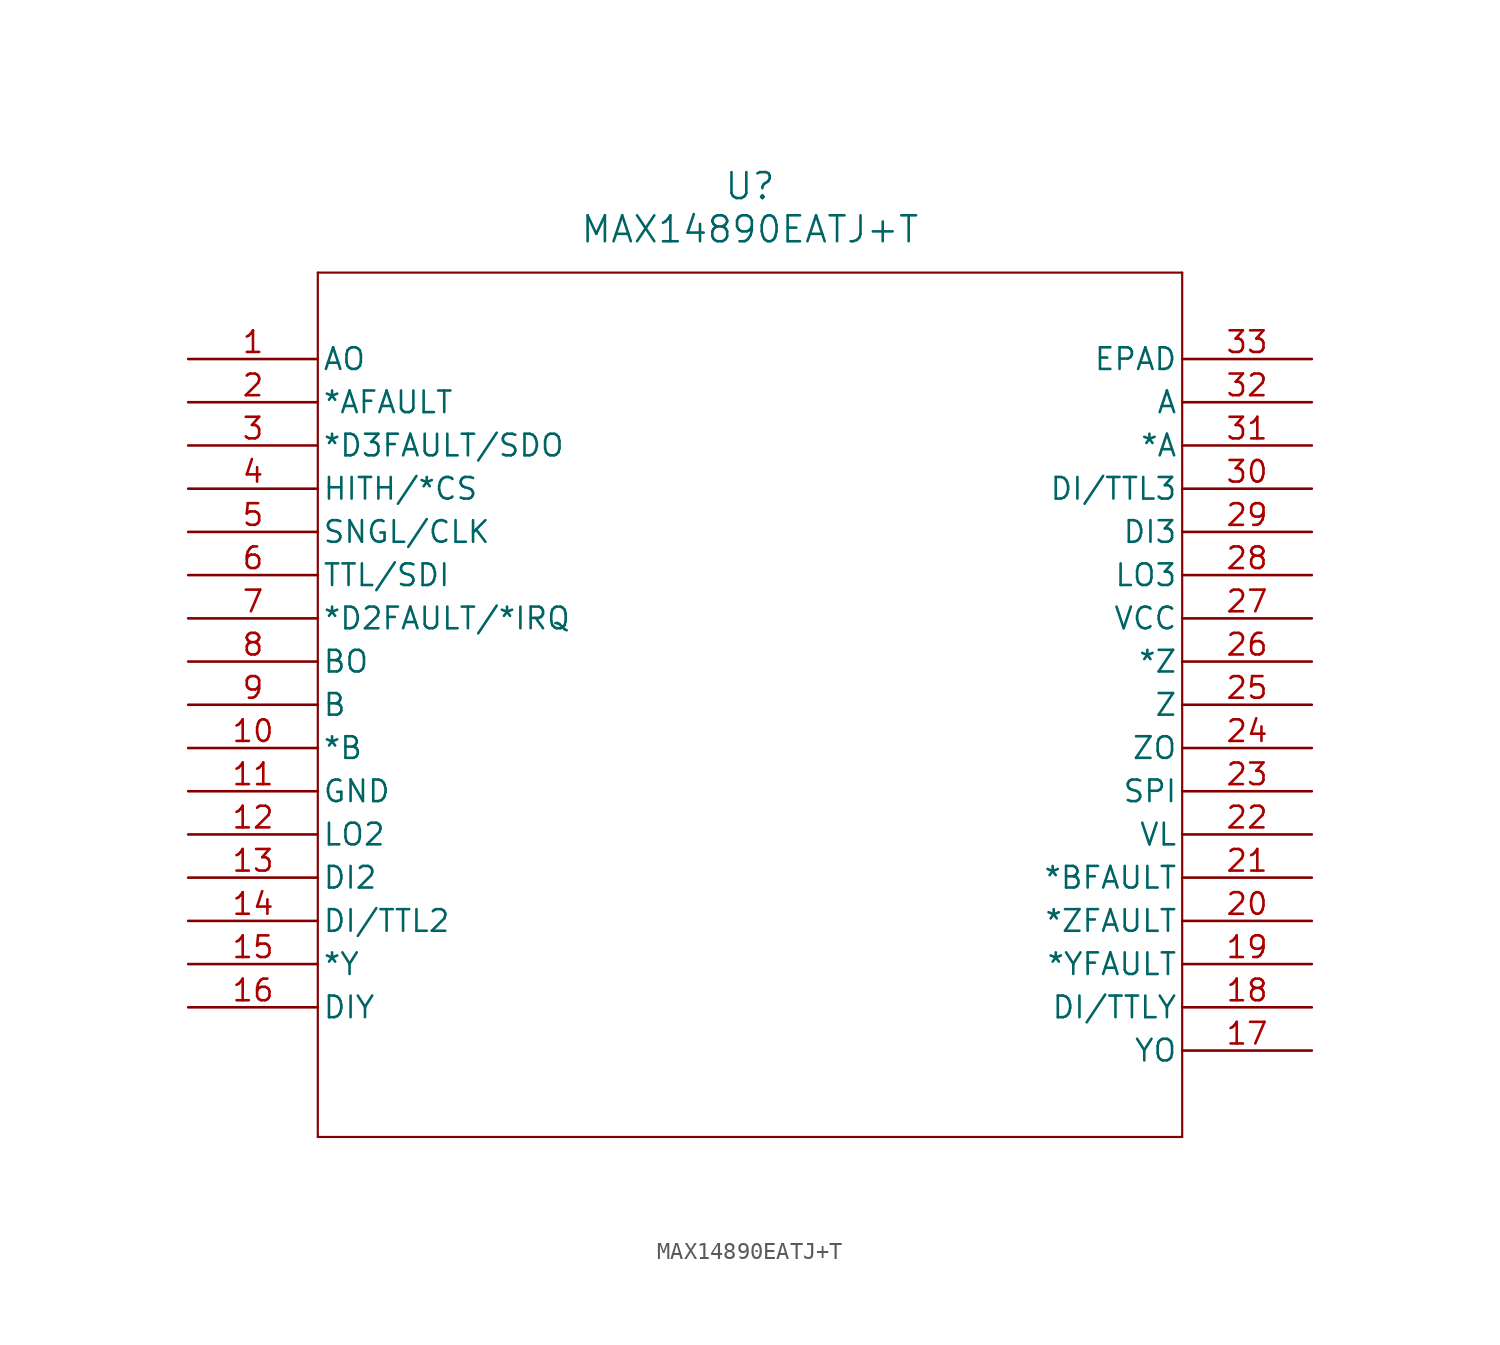
<source format=kicad_sym>
(kicad_symbol_lib
  (version 20211014)
  (generator kicad_symbol_editor)
  (symbol "MAX14890EATJ+T"
    (pin_names
      (offset 0.254))
    (property "Reference" "U"
      (at 33.02 10.16 0)
      (effects (font (size 1.524 1.524))))
    (property "Value" "MAX14890EATJ+T"
      (at 33.02 7.62 0)
      (effects (font (size 1.524 1.524))))
    (symbol "MAX14890EATJ+T_0_1"
      (polyline (pts (xy 7.62 5.08) (xy 7.62 -45.72)) (stroke (width 0.127) (type default) (color 0 0 0 0)) (fill (type none)))
      (polyline (pts (xy 7.62 -45.72) (xy 58.42 -45.72)) (stroke (width 0.127) (type default) (color 0 0 0 0)) (fill (type none)))
      (polyline (pts (xy 58.42 -45.72) (xy 58.42 5.08)) (stroke (width 0.127) (type default) (color 0 0 0 0)) (fill (type none)))
      (polyline (pts (xy 58.42 5.08) (xy 7.62 5.08)) (stroke (width 0.127) (type default) (color 0 0 0 0)) (fill (type none)))
      (pin unspecified line (at 0 0 0) (length 7.62) (name "AO" (effects (font (size 1.27 1.27)))) (number "1" (effects (font (size 1.27 1.27)))))
      (pin unspecified line (at 0 -2.54 0) (length 7.62) (name "*AFAULT" (effects (font (size 1.27 1.27)))) (number "2" (effects (font (size 1.27 1.27)))))
      (pin bidirectional line (at 0 -5.08 0) (length 7.62) (name "*D3FAULT/SDO" (effects (font (size 1.27 1.27)))) (number "3" (effects (font (size 1.27 1.27)))))
      (pin unspecified line (at 0 -7.62 0) (length 7.62) (name "HITH/*CS" (effects (font (size 1.27 1.27)))) (number "4" (effects (font (size 1.27 1.27)))))
      (pin unspecified line (at 0 -10.16 0) (length 7.62) (name "SNGL/CLK" (effects (font (size 1.27 1.27)))) (number "5" (effects (font (size 1.27 1.27)))))
      (pin unspecified line (at 0 -12.7 0) (length 7.62) (name "TTL/SDI" (effects (font (size 1.27 1.27)))) (number "6" (effects (font (size 1.27 1.27)))))
      (pin bidirectional line (at 0 -15.24 0) (length 7.62) (name "*D2FAULT/*IRQ" (effects (font (size 1.27 1.27)))) (number "7" (effects (font (size 1.27 1.27)))))
      (pin unspecified line (at 0 -17.78 0) (length 7.62) (name "BO" (effects (font (size 1.27 1.27)))) (number "8" (effects (font (size 1.27 1.27)))))
      (pin unspecified line (at 0 -20.32 0) (length 7.62) (name "B" (effects (font (size 1.27 1.27)))) (number "9" (effects (font (size 1.27 1.27)))))
      (pin unspecified line (at 0 -22.86 0) (length 7.62) (name "*B" (effects (font (size 1.27 1.27)))) (number "10" (effects (font (size 1.27 1.27)))))
      (pin power_out line (at 0 -25.4 0) (length 7.62) (name "GND" (effects (font (size 1.27 1.27)))) (number "11" (effects (font (size 1.27 1.27)))))
      (pin bidirectional line (at 0 -27.94 0) (length 7.62) (name "LO2" (effects (font (size 1.27 1.27)))) (number "12" (effects (font (size 1.27 1.27)))))
      (pin bidirectional line (at 0 -30.48 0) (length 7.62) (name "DI2" (effects (font (size 1.27 1.27)))) (number "13" (effects (font (size 1.27 1.27)))))
      (pin bidirectional line (at 0 -33.02 0) (length 7.62) (name "DI/TTL2" (effects (font (size 1.27 1.27)))) (number "14" (effects (font (size 1.27 1.27)))))
      (pin unspecified line (at 0 -35.56 0) (length 7.62) (name "*Y" (effects (font (size 1.27 1.27)))) (number "15" (effects (font (size 1.27 1.27)))))
      (pin unspecified line (at 0 -38.1 0) (length 7.62) (name "DIY" (effects (font (size 1.27 1.27)))) (number "16" (effects (font (size 1.27 1.27)))))
      (pin unspecified line (at 66.04 -40.64 180) (length 7.62) (name "YO" (effects (font (size 1.27 1.27)))) (number "17" (effects (font (size 1.27 1.27)))))
      (pin unspecified line (at 66.04 -38.1 180) (length 7.62) (name "DI/TTLY" (effects (font (size 1.27 1.27)))) (number "18" (effects (font (size 1.27 1.27)))))
      (pin unspecified line (at 66.04 -35.56 180) (length 7.62) (name "*YFAULT" (effects (font (size 1.27 1.27)))) (number "19" (effects (font (size 1.27 1.27)))))
      (pin unspecified line (at 66.04 -33.02 180) (length 7.62) (name "*ZFAULT" (effects (font (size 1.27 1.27)))) (number "20" (effects (font (size 1.27 1.27)))))
      (pin unspecified line (at 66.04 -30.48 180) (length 7.62) (name "*BFAULT" (effects (font (size 1.27 1.27)))) (number "21" (effects (font (size 1.27 1.27)))))
      (pin unspecified line (at 66.04 -27.94 180) (length 7.62) (name "VL" (effects (font (size 1.27 1.27)))) (number "22" (effects (font (size 1.27 1.27)))))
      (pin unspecified line (at 66.04 -25.4 180) (length 7.62) (name "SPI" (effects (font (size 1.27 1.27)))) (number "23" (effects (font (size 1.27 1.27)))))
      (pin unspecified line (at 66.04 -22.86 180) (length 7.62) (name "ZO" (effects (font (size 1.27 1.27)))) (number "24" (effects (font (size 1.27 1.27)))))
      (pin unspecified line (at 66.04 -20.32 180) (length 7.62) (name "Z" (effects (font (size 1.27 1.27)))) (number "25" (effects (font (size 1.27 1.27)))))
      (pin unspecified line (at 66.04 -17.78 180) (length 7.62) (name "*Z" (effects (font (size 1.27 1.27)))) (number "26" (effects (font (size 1.27 1.27)))))
      (pin power_in line (at 66.04 -15.24 180) (length 7.62) (name "VCC" (effects (font (size 1.27 1.27)))) (number "27" (effects (font (size 1.27 1.27)))))
      (pin bidirectional line (at 66.04 -12.7 180) (length 7.62) (name "LO3" (effects (font (size 1.27 1.27)))) (number "28" (effects (font (size 1.27 1.27)))))
      (pin bidirectional line (at 66.04 -10.16 180) (length 7.62) (name "DI3" (effects (font (size 1.27 1.27)))) (number "29" (effects (font (size 1.27 1.27)))))
      (pin bidirectional line (at 66.04 -7.62 180) (length 7.62) (name "DI/TTL3" (effects (font (size 1.27 1.27)))) (number "30" (effects (font (size 1.27 1.27)))))
      (pin unspecified line (at 66.04 -5.08 180) (length 7.62) (name "*A" (effects (font (size 1.27 1.27)))) (number "31" (effects (font (size 1.27 1.27)))))
      (pin unspecified line (at 66.04 -2.54 180) (length 7.62) (name "A" (effects (font (size 1.27 1.27)))) (number "32" (effects (font (size 1.27 1.27)))))
      (pin unspecified line (at 66.04 0 180) (length 7.62) (name "EPAD" (effects (font (size 1.27 1.27)))) (number "33" (effects (font (size 1.27 1.27))))))))
</source>
